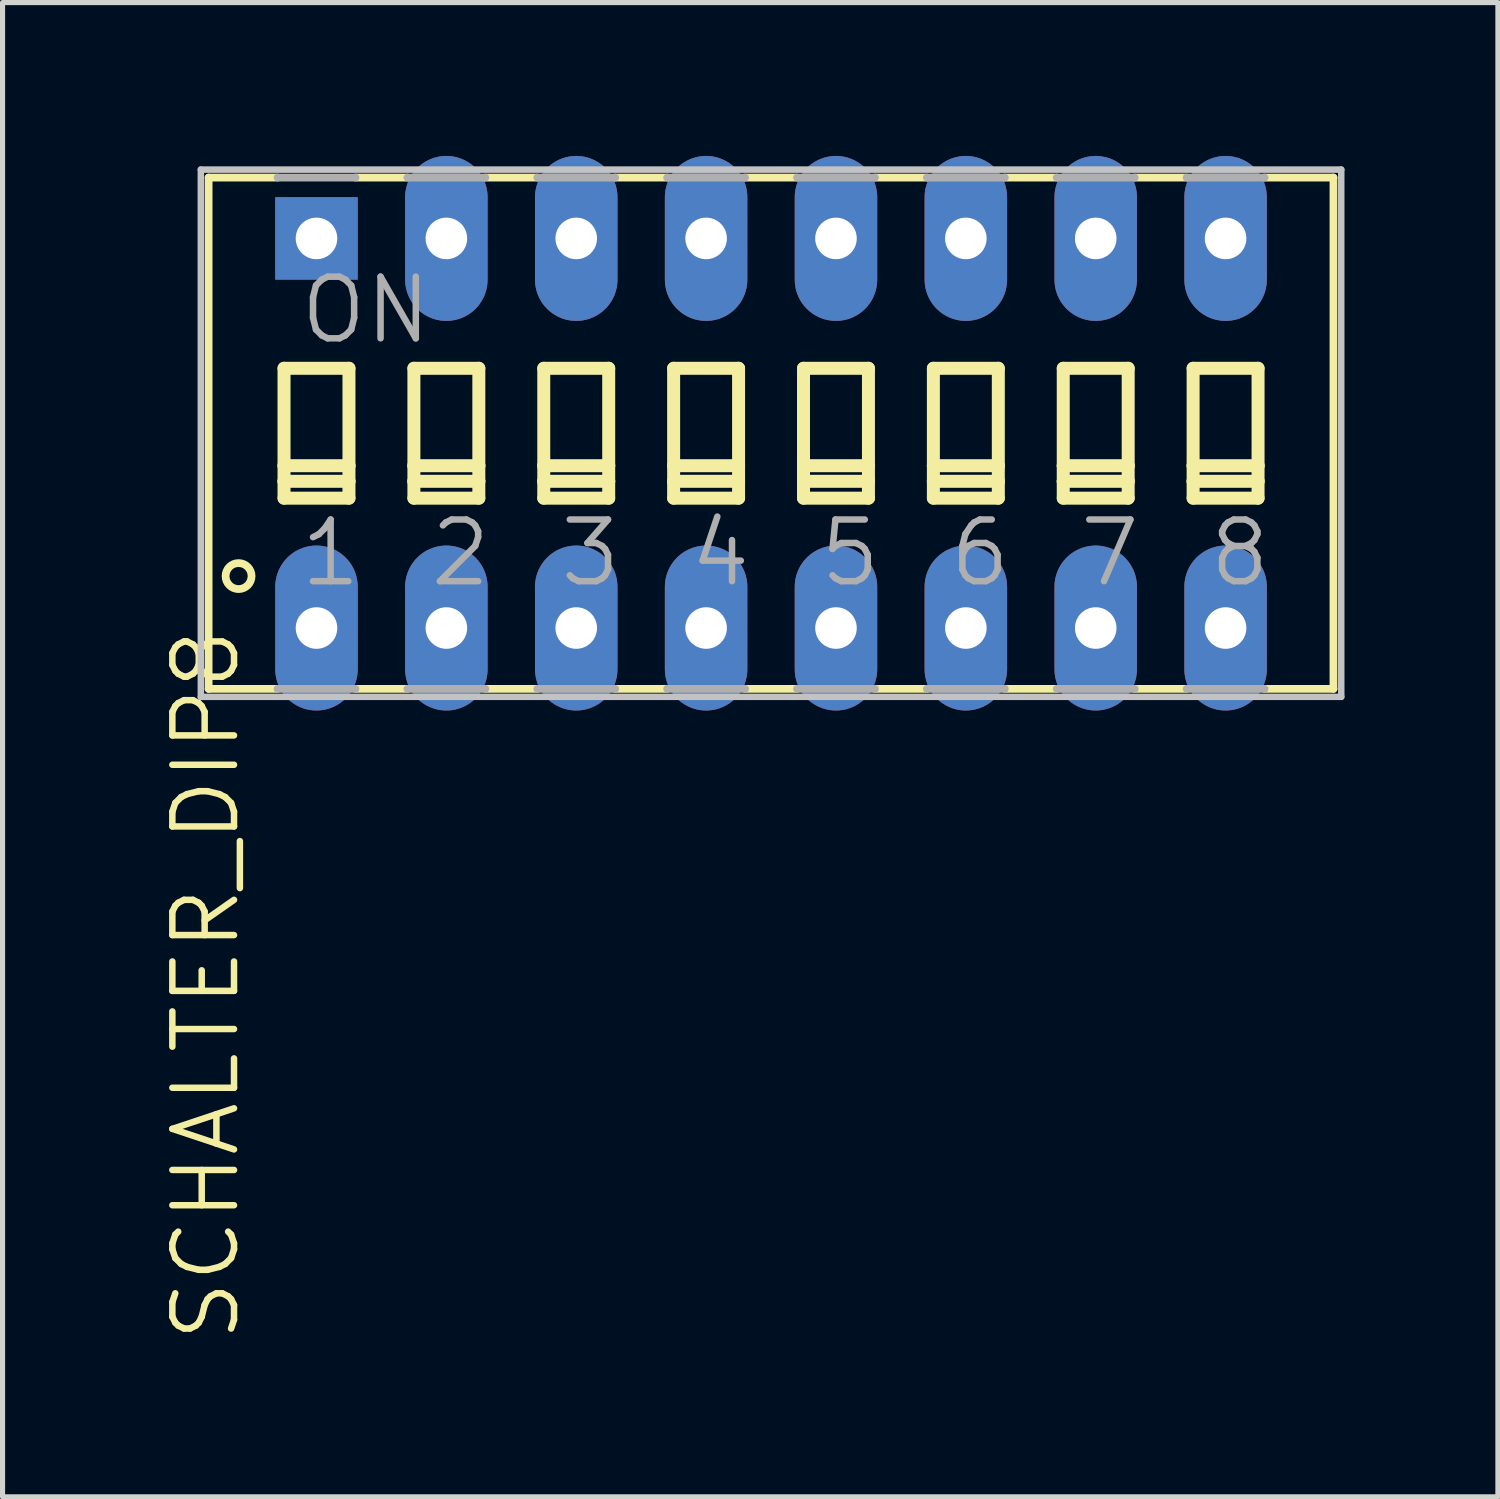
<source format=kicad_pcb>
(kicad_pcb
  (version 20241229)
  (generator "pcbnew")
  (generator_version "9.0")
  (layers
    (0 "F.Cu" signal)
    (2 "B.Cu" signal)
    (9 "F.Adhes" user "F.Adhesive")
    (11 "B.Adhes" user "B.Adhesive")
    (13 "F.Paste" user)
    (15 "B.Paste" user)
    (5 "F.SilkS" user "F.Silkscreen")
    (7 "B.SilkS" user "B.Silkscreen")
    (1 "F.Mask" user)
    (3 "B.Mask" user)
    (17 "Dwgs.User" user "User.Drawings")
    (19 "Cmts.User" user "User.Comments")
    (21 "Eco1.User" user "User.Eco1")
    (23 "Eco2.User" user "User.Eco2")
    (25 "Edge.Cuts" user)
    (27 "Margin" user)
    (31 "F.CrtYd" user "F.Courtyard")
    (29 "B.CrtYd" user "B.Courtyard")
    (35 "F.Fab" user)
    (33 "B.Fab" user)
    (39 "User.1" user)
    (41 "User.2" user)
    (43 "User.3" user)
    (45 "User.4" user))
  (footprint "SCHALTER_DIP8"
    (layer "F.Cu")
    (at 12.03 5.423)
    (property "Reference" "SCHALTER_DIP8" (at -11.76 3.759 90) (layer "F.SilkS") (effects (font (size 1.206 1.206) (thickness 0.127)) (justify right top)))
    (attr through_hole)
    (fp_line (start -11 -5) (end -11 5) (stroke (width 0.152) (type solid)) (layer "F.SilkS"))
    (fp_line (start -11 -5) (end -9.652 -5) (stroke (width 0.152) (type solid)) (layer "F.SilkS"))
    (fp_line (start -11 5) (end -9.652 5) (stroke (width 0.152) (type solid)) (layer "F.SilkS"))
    (fp_line (start -9.525 -1.27) (end -9.525 0.635) (stroke (width 0.254) (type solid)) (layer "F.SilkS"))
    (fp_line (start -9.525 0.635) (end -9.525 0.94) (stroke (width 0.254) (type solid)) (layer "F.SilkS"))
    (fp_line (start -9.525 0.635) (end -8.255 0.635) (stroke (width 0.254) (type solid)) (layer "F.SilkS"))
    (fp_line (start -9.525 0.94) (end -9.525 1.27) (stroke (width 0.254) (type solid)) (layer "F.SilkS"))
    (fp_line (start -9.525 0.94) (end -8.255 0.94) (stroke (width 0.254) (type solid)) (layer "F.SilkS"))
    (fp_line (start -9.525 1.27) (end -8.255 1.27) (stroke (width 0.254) (type solid)) (layer "F.SilkS"))
    (fp_line (start -8.255 -1.27) (end -9.525 -1.27) (stroke (width 0.254) (type solid)) (layer "F.SilkS"))
    (fp_line (start -8.255 0.635) (end -8.255 -1.27) (stroke (width 0.254) (type solid)) (layer "F.SilkS"))
    (fp_line (start -8.255 0.94) (end -8.255 0.635) (stroke (width 0.254) (type solid)) (layer "F.SilkS"))
    (fp_line (start -8.255 1.27) (end -8.255 0.94) (stroke (width 0.254) (type solid)) (layer "F.SilkS"))
    (fp_line (start -8.128 5) (end -7.112 5) (stroke (width 0.152) (type solid)) (layer "F.SilkS"))
    (fp_line (start -7.112 -5) (end -8.128 -5) (stroke (width 0.152) (type solid)) (layer "F.SilkS"))
    (fp_line (start -6.985 -1.27) (end -6.985 0.635) (stroke (width 0.254) (type solid)) (layer "F.SilkS"))
    (fp_line (start -6.985 0.635) (end -6.985 0.94) (stroke (width 0.254) (type solid)) (layer "F.SilkS"))
    (fp_line (start -6.985 0.635) (end -5.715 0.635) (stroke (width 0.254) (type solid)) (layer "F.SilkS"))
    (fp_line (start -6.985 0.94) (end -6.985 1.27) (stroke (width 0.254) (type solid)) (layer "F.SilkS"))
    (fp_line (start -6.985 0.94) (end -5.715 0.94) (stroke (width 0.254) (type solid)) (layer "F.SilkS"))
    (fp_line (start -6.985 1.27) (end -5.715 1.27) (stroke (width 0.254) (type solid)) (layer "F.SilkS"))
    (fp_line (start -5.715 -1.27) (end -6.985 -1.27) (stroke (width 0.254) (type solid)) (layer "F.SilkS"))
    (fp_line (start -5.715 0.635) (end -5.715 -1.27) (stroke (width 0.254) (type solid)) (layer "F.SilkS"))
    (fp_line (start -5.715 0.94) (end -5.715 0.635) (stroke (width 0.254) (type solid)) (layer "F.SilkS"))
    (fp_line (start -5.715 1.27) (end -5.715 0.94) (stroke (width 0.254) (type solid)) (layer "F.SilkS"))
    (fp_line (start -5.588 5) (end -4.572 5) (stroke (width 0.152) (type solid)) (layer "F.SilkS"))
    (fp_line (start -4.572 -5) (end -5.588 -5) (stroke (width 0.152) (type solid)) (layer "F.SilkS"))
    (fp_line (start -4.445 -1.27) (end -4.445 0.635) (stroke (width 0.254) (type solid)) (layer "F.SilkS"))
    (fp_line (start -4.445 0.635) (end -4.445 0.94) (stroke (width 0.254) (type solid)) (layer "F.SilkS"))
    (fp_line (start -4.445 0.635) (end -3.175 0.635) (stroke (width 0.254) (type solid)) (layer "F.SilkS"))
    (fp_line (start -4.445 0.94) (end -4.445 1.27) (stroke (width 0.254) (type solid)) (layer "F.SilkS"))
    (fp_line (start -4.445 0.94) (end -3.175 0.94) (stroke (width 0.254) (type solid)) (layer "F.SilkS"))
    (fp_line (start -4.445 1.27) (end -3.175 1.27) (stroke (width 0.254) (type solid)) (layer "F.SilkS"))
    (fp_line (start -3.175 -1.27) (end -4.445 -1.27) (stroke (width 0.254) (type solid)) (layer "F.SilkS"))
    (fp_line (start -3.175 0.635) (end -3.175 -1.27) (stroke (width 0.254) (type solid)) (layer "F.SilkS"))
    (fp_line (start -3.175 0.94) (end -3.175 0.635) (stroke (width 0.254) (type solid)) (layer "F.SilkS"))
    (fp_line (start -3.175 1.27) (end -3.175 0.94) (stroke (width 0.254) (type solid)) (layer "F.SilkS"))
    (fp_line (start -3.048 5) (end -2.032 5) (stroke (width 0.152) (type solid)) (layer "F.SilkS"))
    (fp_line (start -2.032 -5) (end -3.048 -5) (stroke (width 0.152) (type solid)) (layer "F.SilkS"))
    (fp_line (start -1.905 -1.27) (end -1.905 0.635) (stroke (width 0.254) (type solid)) (layer "F.SilkS"))
    (fp_line (start -1.905 0.635) (end -1.905 0.94) (stroke (width 0.254) (type solid)) (layer "F.SilkS"))
    (fp_line (start -1.905 0.635) (end -0.635 0.635) (stroke (width 0.254) (type solid)) (layer "F.SilkS"))
    (fp_line (start -1.905 0.94) (end -1.905 1.27) (stroke (width 0.254) (type solid)) (layer "F.SilkS"))
    (fp_line (start -1.905 0.94) (end -0.635 0.94) (stroke (width 0.254) (type solid)) (layer "F.SilkS"))
    (fp_line (start -1.905 1.27) (end -0.635 1.27) (stroke (width 0.254) (type solid)) (layer "F.SilkS"))
    (fp_line (start -0.635 -1.27) (end -1.905 -1.27) (stroke (width 0.254) (type solid)) (layer "F.SilkS"))
    (fp_line (start -0.635 0.635) (end -0.635 -1.27) (stroke (width 0.254) (type solid)) (layer "F.SilkS"))
    (fp_line (start -0.635 0.94) (end -0.635 0.635) (stroke (width 0.254) (type solid)) (layer "F.SilkS"))
    (fp_line (start -0.635 1.27) (end -0.635 0.94) (stroke (width 0.254) (type solid)) (layer "F.SilkS"))
    (fp_line (start -0.508 5) (end 0.508 5) (stroke (width 0.152) (type solid)) (layer "F.SilkS"))
    (fp_line (start 0.508 -5) (end -0.508 -5) (stroke (width 0.152) (type solid)) (layer "F.SilkS"))
    (fp_line (start 0.635 -1.27) (end 0.635 0.635) (stroke (width 0.254) (type solid)) (layer "F.SilkS"))
    (fp_line (start 0.635 0.635) (end 0.635 0.94) (stroke (width 0.254) (type solid)) (layer "F.SilkS"))
    (fp_line (start 0.635 0.635) (end 1.905 0.635) (stroke (width 0.254) (type solid)) (layer "F.SilkS"))
    (fp_line (start 0.635 0.94) (end 0.635 1.27) (stroke (width 0.254) (type solid)) (layer "F.SilkS"))
    (fp_line (start 0.635 0.94) (end 1.905 0.94) (stroke (width 0.254) (type solid)) (layer "F.SilkS"))
    (fp_line (start 0.635 1.27) (end 1.905 1.27) (stroke (width 0.254) (type solid)) (layer "F.SilkS"))
    (fp_line (start 1.905 -1.27) (end 0.635 -1.27) (stroke (width 0.254) (type solid)) (layer "F.SilkS"))
    (fp_line (start 1.905 0.635) (end 1.905 -1.27) (stroke (width 0.254) (type solid)) (layer "F.SilkS"))
    (fp_line (start 1.905 0.94) (end 1.905 0.635) (stroke (width 0.254) (type solid)) (layer "F.SilkS"))
    (fp_line (start 1.905 1.27) (end 1.905 0.94) (stroke (width 0.254) (type solid)) (layer "F.SilkS"))
    (fp_line (start 2.032 5) (end 3.048 5) (stroke (width 0.152) (type solid)) (layer "F.SilkS"))
    (fp_line (start 3.048 -5) (end 2.032 -5) (stroke (width 0.152) (type solid)) (layer "F.SilkS"))
    (fp_line (start 3.175 -1.27) (end 3.175 0.635) (stroke (width 0.254) (type solid)) (layer "F.SilkS"))
    (fp_line (start 3.175 0.635) (end 3.175 0.94) (stroke (width 0.254) (type solid)) (layer "F.SilkS"))
    (fp_line (start 3.175 0.635) (end 4.445 0.635) (stroke (width 0.254) (type solid)) (layer "F.SilkS"))
    (fp_line (start 3.175 0.94) (end 3.175 1.27) (stroke (width 0.254) (type solid)) (layer "F.SilkS"))
    (fp_line (start 3.175 0.94) (end 4.445 0.94) (stroke (width 0.254) (type solid)) (layer "F.SilkS"))
    (fp_line (start 3.175 1.27) (end 4.445 1.27) (stroke (width 0.254) (type solid)) (layer "F.SilkS"))
    (fp_line (start 4.445 -1.27) (end 3.175 -1.27) (stroke (width 0.254) (type solid)) (layer "F.SilkS"))
    (fp_line (start 4.445 0.635) (end 4.445 -1.27) (stroke (width 0.254) (type solid)) (layer "F.SilkS"))
    (fp_line (start 4.445 0.94) (end 4.445 0.635) (stroke (width 0.254) (type solid)) (layer "F.SilkS"))
    (fp_line (start 4.445 1.27) (end 4.445 0.94) (stroke (width 0.254) (type solid)) (layer "F.SilkS"))
    (fp_line (start 4.572 5) (end 5.588 5) (stroke (width 0.152) (type solid)) (layer "F.SilkS"))
    (fp_line (start 5.588 -5) (end 4.572 -5) (stroke (width 0.152) (type solid)) (layer "F.SilkS"))
    (fp_line (start 5.715 -1.27) (end 5.715 0.635) (stroke (width 0.254) (type solid)) (layer "F.SilkS"))
    (fp_line (start 5.715 0.635) (end 5.715 0.94) (stroke (width 0.254) (type solid)) (layer "F.SilkS"))
    (fp_line (start 5.715 0.635) (end 6.985 0.635) (stroke (width 0.254) (type solid)) (layer "F.SilkS"))
    (fp_line (start 5.715 0.94) (end 5.715 1.27) (stroke (width 0.254) (type solid)) (layer "F.SilkS"))
    (fp_line (start 5.715 0.94) (end 6.985 0.94) (stroke (width 0.254) (type solid)) (layer "F.SilkS"))
    (fp_line (start 5.715 1.27) (end 6.985 1.27) (stroke (width 0.254) (type solid)) (layer "F.SilkS"))
    (fp_line (start 6.985 -1.27) (end 5.715 -1.27) (stroke (width 0.254) (type solid)) (layer "F.SilkS"))
    (fp_line (start 6.985 0.635) (end 6.985 -1.27) (stroke (width 0.254) (type solid)) (layer "F.SilkS"))
    (fp_line (start 6.985 0.94) (end 6.985 0.635) (stroke (width 0.254) (type solid)) (layer "F.SilkS"))
    (fp_line (start 6.985 1.27) (end 6.985 0.94) (stroke (width 0.254) (type solid)) (layer "F.SilkS"))
    (fp_line (start 7.112 5) (end 8.128 5) (stroke (width 0.152) (type solid)) (layer "F.SilkS"))
    (fp_line (start 8.128 -5) (end 7.112 -5) (stroke (width 0.152) (type solid)) (layer "F.SilkS"))
    (fp_line (start 8.255 -1.27) (end 8.255 0.635) (stroke (width 0.254) (type solid)) (layer "F.SilkS"))
    (fp_line (start 8.255 0.635) (end 8.255 0.94) (stroke (width 0.254) (type solid)) (layer "F.SilkS"))
    (fp_line (start 8.255 0.635) (end 9.525 0.635) (stroke (width 0.254) (type solid)) (layer "F.SilkS"))
    (fp_line (start 8.255 0.94) (end 8.255 1.27) (stroke (width 0.254) (type solid)) (layer "F.SilkS"))
    (fp_line (start 8.255 0.94) (end 9.525 0.94) (stroke (width 0.254) (type solid)) (layer "F.SilkS"))
    (fp_line (start 8.255 1.27) (end 9.525 1.27) (stroke (width 0.254) (type solid)) (layer "F.SilkS"))
    (fp_line (start 9.525 -1.27) (end 8.255 -1.27) (stroke (width 0.254) (type solid)) (layer "F.SilkS"))
    (fp_line (start 9.525 0.635) (end 9.525 -1.27) (stroke (width 0.254) (type solid)) (layer "F.SilkS"))
    (fp_line (start 9.525 0.94) (end 9.525 0.635) (stroke (width 0.254) (type solid)) (layer "F.SilkS"))
    (fp_line (start 9.525 1.27) (end 9.525 0.94) (stroke (width 0.254) (type solid)) (layer "F.SilkS"))
    (fp_line (start 11 -5) (end 9.652 -5) (stroke (width 0.152) (type solid)) (layer "F.SilkS"))
    (fp_line (start 11 5) (end 9.652 5) (stroke (width 0.152) (type solid)) (layer "F.SilkS"))
    (fp_line (start 11 5) (end 11 -5) (stroke (width 0.152) (type solid)) (layer "F.SilkS"))
    (fp_circle (center -10.414 2.794) (end -10.16 2.794) (stroke (width 0.152) (type solid)) (fill no) (layer "F.SilkS"))
    (fp_line (start -11.152 -5.156) (end 11.152 -5.156) (stroke (width 0.127) (type solid)) (layer "Dwgs.User"))
    (fp_line (start -11.152 5.156) (end -11.152 -5.156) (stroke (width 0.127) (type solid)) (layer "Dwgs.User"))
    (fp_line (start 11.152 -5.156) (end 11.152 5.156) (stroke (width 0.127) (type solid)) (layer "Dwgs.User"))
    (fp_line (start 11.152 5.156) (end -11.152 5.156) (stroke (width 0.127) (type solid)) (layer "Dwgs.User"))
    (fp_line (start -9.652 5) (end -8.128 5) (stroke (width 0.152) (type solid)) (layer "F.Fab"))
    (fp_line (start -8.128 -5) (end -9.652 -5) (stroke (width 0.152) (type solid)) (layer "F.Fab"))
    (fp_line (start -7.112 5) (end -5.588 5) (stroke (width 0.152) (type solid)) (layer "F.Fab"))
    (fp_line (start -5.588 -5) (end -7.112 -5) (stroke (width 0.152) (type solid)) (layer "F.Fab"))
    (fp_line (start -4.572 5) (end -3.048 5) (stroke (width 0.152) (type solid)) (layer "F.Fab"))
    (fp_line (start -3.048 -5) (end -4.572 -5) (stroke (width 0.152) (type solid)) (layer "F.Fab"))
    (fp_line (start -2.032 5) (end -0.508 5) (stroke (width 0.152) (type solid)) (layer "F.Fab"))
    (fp_line (start -0.508 -5) (end -2.032 -5) (stroke (width 0.152) (type solid)) (layer "F.Fab"))
    (fp_line (start 0.508 5) (end 2.032 5) (stroke (width 0.152) (type solid)) (layer "F.Fab"))
    (fp_line (start 2.032 -5) (end 0.508 -5) (stroke (width 0.152) (type solid)) (layer "F.Fab"))
    (fp_line (start 3.048 5) (end 4.572 5) (stroke (width 0.152) (type solid)) (layer "F.Fab"))
    (fp_line (start 4.572 -5) (end 3.048 -5) (stroke (width 0.152) (type solid)) (layer "F.Fab"))
    (fp_line (start 5.588 5) (end 7.112 5) (stroke (width 0.152) (type solid)) (layer "F.Fab"))
    (fp_line (start 7.112 -5) (end 5.588 -5) (stroke (width 0.152) (type solid)) (layer "F.Fab"))
    (fp_line (start 8.128 5) (end 9.652 5) (stroke (width 0.152) (type solid)) (layer "F.Fab"))
    (fp_line (start 9.652 -5) (end 8.128 -5) (stroke (width 0.152) (type solid)) (layer "F.Fab"))
    (fp_text user "3" (at -4.191 3.048 0) (layer "F.Fab") (effects (font (size 1.206 1.206) (thickness 0.127)) (justify left bottom)))
    (fp_text user "6" (at 3.429 3.048 0) (layer "F.Fab") (effects (font (size 1.206 1.206) (thickness 0.127)) (justify left bottom)))
    (fp_text user "ON" (at -9.271 -1.702 0) (layer "F.Fab") (effects (font (size 1.206 1.206) (thickness 0.127)) (justify left bottom)))
    (fp_text user "1" (at -9.271 3.048 0) (layer "F.Fab") (effects (font (size 1.206 1.206) (thickness 0.127)) (justify left bottom)))
    (fp_text user "7" (at 5.969 3.048 0) (layer "F.Fab") (effects (font (size 1.206 1.206) (thickness 0.127)) (justify left bottom)))
    (fp_text user "5" (at 0.889 3.048 0) (layer "F.Fab") (effects (font (size 1.206 1.206) (thickness 0.127)) (justify left bottom)))
    (fp_text user "8" (at 8.509 3.048 0) (layer "F.Fab") (effects (font (size 1.206 1.206) (thickness 0.127)) (justify left bottom)))
    (fp_text user "2" (at -6.731 3.048 0) (layer "F.Fab") (effects (font (size 1.206 1.206) (thickness 0.127)) (justify left bottom)))
    (fp_text user "4" (at -1.651 3.048 0) (layer "F.Fab") (effects (font (size 1.206 1.206) (thickness 0.127)) (justify left bottom)))
    (pad "1" thru_hole oval (at -8.89 3.81 90) (size 3.226 1.613) (drill 0.813) (layers "*.Cu" "*.Mask"))
    (pad "2" thru_hole oval (at -6.35 3.81 90) (size 3.226 1.613) (drill 0.813) (layers "*.Cu" "*.Mask"))
    (pad "3" thru_hole oval (at -3.81 3.81 90) (size 3.226 1.613) (drill 0.813) (layers "*.Cu" "*.Mask"))
    (pad "4" thru_hole oval (at -1.27 3.81 90) (size 3.226 1.613) (drill 0.813) (layers "*.Cu" "*.Mask"))
    (pad "5" thru_hole oval (at 1.27 3.81 90) (size 3.226 1.613) (drill 0.813) (layers "*.Cu" "*.Mask"))
    (pad "6" thru_hole oval (at 3.81 3.81 90) (size 3.226 1.613) (drill 0.813) (layers "*.Cu" "*.Mask"))
    (pad "7" thru_hole oval (at 6.35 3.81 90) (size 3.226 1.613) (drill 0.813) (layers "*.Cu" "*.Mask"))
    (pad "8" thru_hole oval (at 8.89 3.81 90) (size 3.226 1.613) (drill 0.813) (layers "*.Cu" "*.Mask"))
    (pad "9" thru_hole oval (at 8.89 -3.81 90) (size 3.226 1.613) (drill 0.813) (layers "*.Cu" "*.Mask"))
    (pad "10" thru_hole oval (at 6.35 -3.81 90) (size 3.226 1.613) (drill 0.813) (layers "*.Cu" "*.Mask"))
    (pad "11" thru_hole oval (at 3.81 -3.81 90) (size 3.226 1.613) (drill 0.813) (layers "*.Cu" "*.Mask"))
    (pad "12" thru_hole oval (at 1.27 -3.81 90) (size 3.226 1.613) (drill 0.813) (layers "*.Cu" "*.Mask"))
    (pad "13" thru_hole oval (at -1.27 -3.81 90) (size 3.226 1.613) (drill 0.813) (layers "*.Cu" "*.Mask"))
    (pad "14" thru_hole oval (at -3.81 -3.81 90) (size 3.226 1.613) (drill 0.813) (layers "*.Cu" "*.Mask"))
    (pad "15" thru_hole oval (at -6.35 -3.81 90) (size 3.226 1.613) (drill 0.813) (layers "*.Cu" "*.Mask"))
    (pad "16" thru_hole rect (at -8.89 -3.81 90) (size 1.613 1.613) (drill 0.813) (layers "*.Cu" "*.Mask")))
  (gr_rect
    (start -3 -3)
    (end 26.246 26.225)
    (stroke (width 0.1) (type default))
    (fill no)
    (layer "Edge.Cuts")))
</source>
